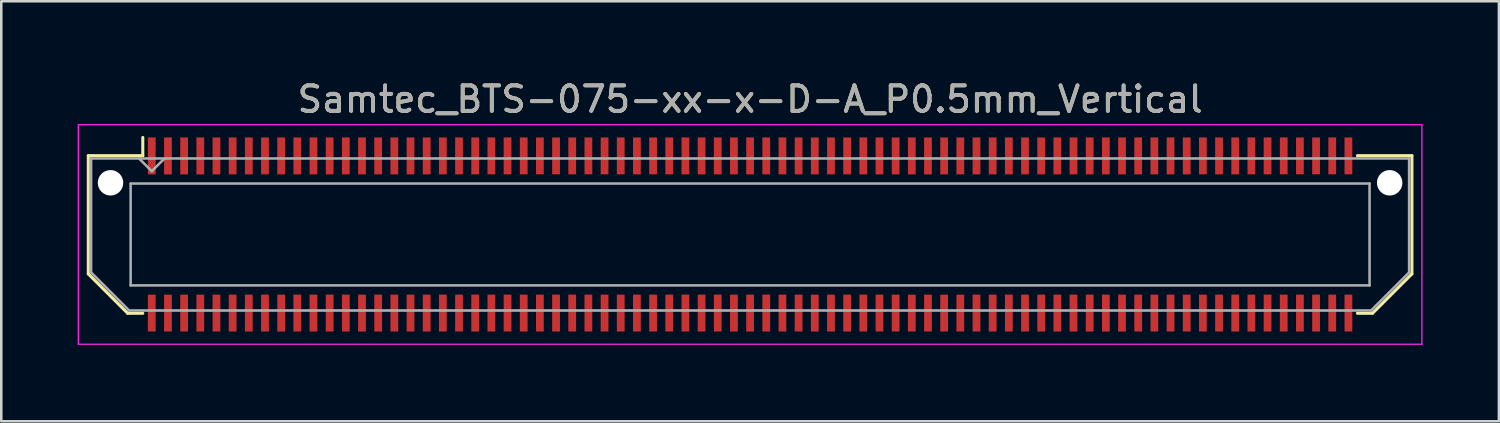
<source format=kicad_pcb>
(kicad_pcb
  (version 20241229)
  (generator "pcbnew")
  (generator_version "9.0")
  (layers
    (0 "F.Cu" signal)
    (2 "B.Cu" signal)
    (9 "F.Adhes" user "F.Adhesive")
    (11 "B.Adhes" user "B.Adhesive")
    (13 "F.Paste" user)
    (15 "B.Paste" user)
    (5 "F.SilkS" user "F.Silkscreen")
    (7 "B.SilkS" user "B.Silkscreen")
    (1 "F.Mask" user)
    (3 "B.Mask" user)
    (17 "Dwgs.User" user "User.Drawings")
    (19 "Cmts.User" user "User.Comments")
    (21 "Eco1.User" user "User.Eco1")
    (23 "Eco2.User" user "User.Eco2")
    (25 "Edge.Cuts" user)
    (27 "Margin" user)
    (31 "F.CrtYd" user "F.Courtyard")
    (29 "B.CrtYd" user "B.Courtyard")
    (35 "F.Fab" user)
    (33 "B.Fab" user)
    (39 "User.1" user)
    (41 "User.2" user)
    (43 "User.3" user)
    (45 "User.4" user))
  (footprint "Samtec_BTS-075-xx-x-D-A_P0.5mm_Vertical"
    (layer "F.Cu")
    (at 26.405 6.158)
    (property "Reference" "Samtec_BTS-075-xx-x-D-A_P0.5mm_Vertical" (at 0 -5.31 0) (layer "F.SilkS") (effects (font (size 1 1) (thickness 0.15))))
    (attr smd)
    (fp_line (start -25.988 -3.095) (end -25.988 1.548) (stroke (width 0.12) (type solid)) (layer "F.SilkS"))
    (fp_line (start -25.988 1.548) (end -24.44 3.095) (stroke (width 0.12) (type solid)) (layer "F.SilkS"))
    (fp_line (start -24.44 3.095) (end -23.848 3.095) (stroke (width 0.12) (type solid)) (layer "F.SilkS"))
    (fp_line (start -23.848 -3.811) (end -23.848 -3.095) (stroke (width 0.12) (type solid)) (layer "F.SilkS"))
    (fp_line (start -23.848 -3.095) (end -25.988 -3.095) (stroke (width 0.12) (type solid)) (layer "F.SilkS"))
    (fp_line (start 23.848 -3.095) (end 25.988 -3.095) (stroke (width 0.12) (type solid)) (layer "F.SilkS"))
    (fp_line (start 24.44 3.095) (end 23.848 3.095) (stroke (width 0.12) (type solid)) (layer "F.SilkS"))
    (fp_line (start 25.988 -3.095) (end 25.988 1.548) (stroke (width 0.12) (type solid)) (layer "F.SilkS"))
    (fp_line (start 25.988 1.548) (end 24.44 3.095) (stroke (width 0.12) (type solid)) (layer "F.SilkS"))
    (fp_line (start -26.38 -4.31) (end -26.38 4.31) (stroke (width 0.05) (type solid)) (layer "F.CrtYd"))
    (fp_line (start -26.38 4.31) (end 26.38 4.31) (stroke (width 0.05) (type solid)) (layer "F.CrtYd"))
    (fp_line (start 26.38 -4.31) (end -26.38 -4.31) (stroke (width 0.05) (type solid)) (layer "F.CrtYd"))
    (fp_line (start 26.38 4.31) (end 26.38 -4.31) (stroke (width 0.05) (type solid)) (layer "F.CrtYd"))
    (fp_line (start -25.878 -2.985) (end -25.878 1.492) (stroke (width 0.1) (type solid)) (layer "F.Fab"))
    (fp_line (start -25.878 -2.985) (end 25.878 -2.985) (stroke (width 0.1) (type solid)) (layer "F.Fab"))
    (fp_line (start -25.878 1.492) (end -24.385 2.985) (stroke (width 0.1) (type solid)) (layer "F.Fab"))
    (fp_line (start -24.385 2.985) (end 24.385 2.985) (stroke (width 0.1) (type solid)) (layer "F.Fab"))
    (fp_line (start -24.325 -2) (end -24.325 2) (stroke (width 0.1) (type solid)) (layer "F.Fab"))
    (fp_line (start -24.325 2) (end 24.325 2) (stroke (width 0.1) (type solid)) (layer "F.Fab"))
    (fp_line (start -23.495 -2.485) (end -23.995 -2.985) (stroke (width 0.1) (type solid)) (layer "F.Fab"))
    (fp_line (start -22.995 -2.985) (end -23.495 -2.485) (stroke (width 0.1) (type solid)) (layer "F.Fab"))
    (fp_line (start 24.325 -2) (end -24.325 -2) (stroke (width 0.1) (type solid)) (layer "F.Fab"))
    (fp_line (start 24.325 2) (end 24.325 -2) (stroke (width 0.1) (type solid)) (layer "F.Fab"))
    (fp_line (start 25.878 -2.985) (end 25.878 1.492) (stroke (width 0.1) (type solid)) (layer "F.Fab"))
    (fp_line (start 25.878 1.492) (end 24.385 2.985) (stroke (width 0.1) (type solid)) (layer "F.Fab"))
    (fp_text user "${REFERENCE}" (at 0 -5.31 0) (layer "F.Fab") (effects (font (size 1 1) (thickness 0.15))))
    (pad "" np_thru_hole circle (at -25.115 -2.03) (size 1 1) (drill 1) (layers "*.Cu" "*.Mask"))
    (pad "" np_thru_hole circle (at 25.115 -2.03) (size 1 1) (drill 1) (layers "*.Cu" "*.Mask"))
    (pad "1" smd rect (at -23.495 -3.086) (size 0.305 1.45) (layers "F.Cu" "F.Mask" "F.Paste"))
    (pad "2" smd rect (at -23.495 3.086) (size 0.305 1.45) (layers "F.Cu" "F.Mask" "F.Paste"))
    (pad "3" smd rect (at -22.86 -3.086) (size 0.305 1.45) (layers "F.Cu" "F.Mask" "F.Paste"))
    (pad "4" smd rect (at -22.86 3.086) (size 0.305 1.45) (layers "F.Cu" "F.Mask" "F.Paste"))
    (pad "5" smd rect (at -22.225 -3.086) (size 0.305 1.45) (layers "F.Cu" "F.Mask" "F.Paste"))
    (pad "6" smd rect (at -22.225 3.086) (size 0.305 1.45) (layers "F.Cu" "F.Mask" "F.Paste"))
    (pad "7" smd rect (at -21.59 -3.086) (size 0.305 1.45) (layers "F.Cu" "F.Mask" "F.Paste"))
    (pad "8" smd rect (at -21.59 3.086) (size 0.305 1.45) (layers "F.Cu" "F.Mask" "F.Paste"))
    (pad "9" smd rect (at -20.955 -3.086) (size 0.305 1.45) (layers "F.Cu" "F.Mask" "F.Paste"))
    (pad "10" smd rect (at -20.955 3.086) (size 0.305 1.45) (layers "F.Cu" "F.Mask" "F.Paste"))
    (pad "11" smd rect (at -20.32 -3.086) (size 0.305 1.45) (layers "F.Cu" "F.Mask" "F.Paste"))
    (pad "12" smd rect (at -20.32 3.086) (size 0.305 1.45) (layers "F.Cu" "F.Mask" "F.Paste"))
    (pad "13" smd rect (at -19.685 -3.086) (size 0.305 1.45) (layers "F.Cu" "F.Mask" "F.Paste"))
    (pad "14" smd rect (at -19.685 3.086) (size 0.305 1.45) (layers "F.Cu" "F.Mask" "F.Paste"))
    (pad "15" smd rect (at -19.05 -3.086) (size 0.305 1.45) (layers "F.Cu" "F.Mask" "F.Paste"))
    (pad "16" smd rect (at -19.05 3.086) (size 0.305 1.45) (layers "F.Cu" "F.Mask" "F.Paste"))
    (pad "17" smd rect (at -18.415 -3.086) (size 0.305 1.45) (layers "F.Cu" "F.Mask" "F.Paste"))
    (pad "18" smd rect (at -18.415 3.086) (size 0.305 1.45) (layers "F.Cu" "F.Mask" "F.Paste"))
    (pad "19" smd rect (at -17.78 -3.086) (size 0.305 1.45) (layers "F.Cu" "F.Mask" "F.Paste"))
    (pad "20" smd rect (at -17.78 3.086) (size 0.305 1.45) (layers "F.Cu" "F.Mask" "F.Paste"))
    (pad "21" smd rect (at -17.145 -3.086) (size 0.305 1.45) (layers "F.Cu" "F.Mask" "F.Paste"))
    (pad "22" smd rect (at -17.145 3.086) (size 0.305 1.45) (layers "F.Cu" "F.Mask" "F.Paste"))
    (pad "23" smd rect (at -16.51 -3.086) (size 0.305 1.45) (layers "F.Cu" "F.Mask" "F.Paste"))
    (pad "24" smd rect (at -16.51 3.086) (size 0.305 1.45) (layers "F.Cu" "F.Mask" "F.Paste"))
    (pad "25" smd rect (at -15.875 -3.086) (size 0.305 1.45) (layers "F.Cu" "F.Mask" "F.Paste"))
    (pad "26" smd rect (at -15.875 3.086) (size 0.305 1.45) (layers "F.Cu" "F.Mask" "F.Paste"))
    (pad "27" smd rect (at -15.24 -3.086) (size 0.305 1.45) (layers "F.Cu" "F.Mask" "F.Paste"))
    (pad "28" smd rect (at -15.24 3.086) (size 0.305 1.45) (layers "F.Cu" "F.Mask" "F.Paste"))
    (pad "29" smd rect (at -14.605 -3.086) (size 0.305 1.45) (layers "F.Cu" "F.Mask" "F.Paste"))
    (pad "30" smd rect (at -14.605 3.086) (size 0.305 1.45) (layers "F.Cu" "F.Mask" "F.Paste"))
    (pad "31" smd rect (at -13.97 -3.086) (size 0.305 1.45) (layers "F.Cu" "F.Mask" "F.Paste"))
    (pad "32" smd rect (at -13.97 3.086) (size 0.305 1.45) (layers "F.Cu" "F.Mask" "F.Paste"))
    (pad "33" smd rect (at -13.335 -3.086) (size 0.305 1.45) (layers "F.Cu" "F.Mask" "F.Paste"))
    (pad "34" smd rect (at -13.335 3.086) (size 0.305 1.45) (layers "F.Cu" "F.Mask" "F.Paste"))
    (pad "35" smd rect (at -12.7 -3.086) (size 0.305 1.45) (layers "F.Cu" "F.Mask" "F.Paste"))
    (pad "36" smd rect (at -12.7 3.086) (size 0.305 1.45) (layers "F.Cu" "F.Mask" "F.Paste"))
    (pad "37" smd rect (at -12.065 -3.086) (size 0.305 1.45) (layers "F.Cu" "F.Mask" "F.Paste"))
    (pad "38" smd rect (at -12.065 3.086) (size 0.305 1.45) (layers "F.Cu" "F.Mask" "F.Paste"))
    (pad "39" smd rect (at -11.43 -3.086) (size 0.305 1.45) (layers "F.Cu" "F.Mask" "F.Paste"))
    (pad "40" smd rect (at -11.43 3.086) (size 0.305 1.45) (layers "F.Cu" "F.Mask" "F.Paste"))
    (pad "41" smd rect (at -10.795 -3.086) (size 0.305 1.45) (layers "F.Cu" "F.Mask" "F.Paste"))
    (pad "42" smd rect (at -10.795 3.086) (size 0.305 1.45) (layers "F.Cu" "F.Mask" "F.Paste"))
    (pad "43" smd rect (at -10.16 -3.086) (size 0.305 1.45) (layers "F.Cu" "F.Mask" "F.Paste"))
    (pad "44" smd rect (at -10.16 3.086) (size 0.305 1.45) (layers "F.Cu" "F.Mask" "F.Paste"))
    (pad "45" smd rect (at -9.525 -3.086) (size 0.305 1.45) (layers "F.Cu" "F.Mask" "F.Paste"))
    (pad "46" smd rect (at -9.525 3.086) (size 0.305 1.45) (layers "F.Cu" "F.Mask" "F.Paste"))
    (pad "47" smd rect (at -8.89 -3.086) (size 0.305 1.45) (layers "F.Cu" "F.Mask" "F.Paste"))
    (pad "48" smd rect (at -8.89 3.086) (size 0.305 1.45) (layers "F.Cu" "F.Mask" "F.Paste"))
    (pad "49" smd rect (at -8.255 -3.086) (size 0.305 1.45) (layers "F.Cu" "F.Mask" "F.Paste"))
    (pad "50" smd rect (at -8.255 3.086) (size 0.305 1.45) (layers "F.Cu" "F.Mask" "F.Paste"))
    (pad "51" smd rect (at -7.62 -3.086) (size 0.305 1.45) (layers "F.Cu" "F.Mask" "F.Paste"))
    (pad "52" smd rect (at -7.62 3.086) (size 0.305 1.45) (layers "F.Cu" "F.Mask" "F.Paste"))
    (pad "53" smd rect (at -6.985 -3.086) (size 0.305 1.45) (layers "F.Cu" "F.Mask" "F.Paste"))
    (pad "54" smd rect (at -6.985 3.086) (size 0.305 1.45) (layers "F.Cu" "F.Mask" "F.Paste"))
    (pad "55" smd rect (at -6.35 -3.086) (size 0.305 1.45) (layers "F.Cu" "F.Mask" "F.Paste"))
    (pad "56" smd rect (at -6.35 3.086) (size 0.305 1.45) (layers "F.Cu" "F.Mask" "F.Paste"))
    (pad "57" smd rect (at -5.715 -3.086) (size 0.305 1.45) (layers "F.Cu" "F.Mask" "F.Paste"))
    (pad "58" smd rect (at -5.715 3.086) (size 0.305 1.45) (layers "F.Cu" "F.Mask" "F.Paste"))
    (pad "59" smd rect (at -5.08 -3.086) (size 0.305 1.45) (layers "F.Cu" "F.Mask" "F.Paste"))
    (pad "60" smd rect (at -5.08 3.086) (size 0.305 1.45) (layers "F.Cu" "F.Mask" "F.Paste"))
    (pad "61" smd rect (at -4.445 -3.086) (size 0.305 1.45) (layers "F.Cu" "F.Mask" "F.Paste"))
    (pad "62" smd rect (at -4.445 3.086) (size 0.305 1.45) (layers "F.Cu" "F.Mask" "F.Paste"))
    (pad "63" smd rect (at -3.81 -3.086) (size 0.305 1.45) (layers "F.Cu" "F.Mask" "F.Paste"))
    (pad "64" smd rect (at -3.81 3.086) (size 0.305 1.45) (layers "F.Cu" "F.Mask" "F.Paste"))
    (pad "65" smd rect (at -3.175 -3.086) (size 0.305 1.45) (layers "F.Cu" "F.Mask" "F.Paste"))
    (pad "66" smd rect (at -3.175 3.086) (size 0.305 1.45) (layers "F.Cu" "F.Mask" "F.Paste"))
    (pad "67" smd rect (at -2.54 -3.086) (size 0.305 1.45) (layers "F.Cu" "F.Mask" "F.Paste"))
    (pad "68" smd rect (at -2.54 3.086) (size 0.305 1.45) (layers "F.Cu" "F.Mask" "F.Paste"))
    (pad "69" smd rect (at -1.905 -3.086) (size 0.305 1.45) (layers "F.Cu" "F.Mask" "F.Paste"))
    (pad "70" smd rect (at -1.905 3.086) (size 0.305 1.45) (layers "F.Cu" "F.Mask" "F.Paste"))
    (pad "71" smd rect (at -1.27 -3.086) (size 0.305 1.45) (layers "F.Cu" "F.Mask" "F.Paste"))
    (pad "72" smd rect (at -1.27 3.086) (size 0.305 1.45) (layers "F.Cu" "F.Mask" "F.Paste"))
    (pad "73" smd rect (at -0.635 -3.086) (size 0.305 1.45) (layers "F.Cu" "F.Mask" "F.Paste"))
    (pad "74" smd rect (at -0.635 3.086) (size 0.305 1.45) (layers "F.Cu" "F.Mask" "F.Paste"))
    (pad "75" smd rect (at 0 -3.086) (size 0.305 1.45) (layers "F.Cu" "F.Mask" "F.Paste"))
    (pad "76" smd rect (at 0 3.086) (size 0.305 1.45) (layers "F.Cu" "F.Mask" "F.Paste"))
    (pad "77" smd rect (at 0.635 -3.086) (size 0.305 1.45) (layers "F.Cu" "F.Mask" "F.Paste"))
    (pad "78" smd rect (at 0.635 3.086) (size 0.305 1.45) (layers "F.Cu" "F.Mask" "F.Paste"))
    (pad "79" smd rect (at 1.27 -3.086) (size 0.305 1.45) (layers "F.Cu" "F.Mask" "F.Paste"))
    (pad "80" smd rect (at 1.27 3.086) (size 0.305 1.45) (layers "F.Cu" "F.Mask" "F.Paste"))
    (pad "81" smd rect (at 1.905 -3.086) (size 0.305 1.45) (layers "F.Cu" "F.Mask" "F.Paste"))
    (pad "82" smd rect (at 1.905 3.086) (size 0.305 1.45) (layers "F.Cu" "F.Mask" "F.Paste"))
    (pad "83" smd rect (at 2.54 -3.086) (size 0.305 1.45) (layers "F.Cu" "F.Mask" "F.Paste"))
    (pad "84" smd rect (at 2.54 3.086) (size 0.305 1.45) (layers "F.Cu" "F.Mask" "F.Paste"))
    (pad "85" smd rect (at 3.175 -3.086) (size 0.305 1.45) (layers "F.Cu" "F.Mask" "F.Paste"))
    (pad "86" smd rect (at 3.175 3.086) (size 0.305 1.45) (layers "F.Cu" "F.Mask" "F.Paste"))
    (pad "87" smd rect (at 3.81 -3.086) (size 0.305 1.45) (layers "F.Cu" "F.Mask" "F.Paste"))
    (pad "88" smd rect (at 3.81 3.086) (size 0.305 1.45) (layers "F.Cu" "F.Mask" "F.Paste"))
    (pad "89" smd rect (at 4.445 -3.086) (size 0.305 1.45) (layers "F.Cu" "F.Mask" "F.Paste"))
    (pad "90" smd rect (at 4.445 3.086) (size 0.305 1.45) (layers "F.Cu" "F.Mask" "F.Paste"))
    (pad "91" smd rect (at 5.08 -3.086) (size 0.305 1.45) (layers "F.Cu" "F.Mask" "F.Paste"))
    (pad "92" smd rect (at 5.08 3.086) (size 0.305 1.45) (layers "F.Cu" "F.Mask" "F.Paste"))
    (pad "93" smd rect (at 5.715 -3.086) (size 0.305 1.45) (layers "F.Cu" "F.Mask" "F.Paste"))
    (pad "94" smd rect (at 5.715 3.086) (size 0.305 1.45) (layers "F.Cu" "F.Mask" "F.Paste"))
    (pad "95" smd rect (at 6.35 -3.086) (size 0.305 1.45) (layers "F.Cu" "F.Mask" "F.Paste"))
    (pad "96" smd rect (at 6.35 3.086) (size 0.305 1.45) (layers "F.Cu" "F.Mask" "F.Paste"))
    (pad "97" smd rect (at 6.985 -3.086) (size 0.305 1.45) (layers "F.Cu" "F.Mask" "F.Paste"))
    (pad "98" smd rect (at 6.985 3.086) (size 0.305 1.45) (layers "F.Cu" "F.Mask" "F.Paste"))
    (pad "99" smd rect (at 7.62 -3.086) (size 0.305 1.45) (layers "F.Cu" "F.Mask" "F.Paste"))
    (pad "100" smd rect (at 7.62 3.086) (size 0.305 1.45) (layers "F.Cu" "F.Mask" "F.Paste"))
    (pad "101" smd rect (at 8.255 -3.086) (size 0.305 1.45) (layers "F.Cu" "F.Mask" "F.Paste"))
    (pad "102" smd rect (at 8.255 3.086) (size 0.305 1.45) (layers "F.Cu" "F.Mask" "F.Paste"))
    (pad "103" smd rect (at 8.89 -3.086) (size 0.305 1.45) (layers "F.Cu" "F.Mask" "F.Paste"))
    (pad "104" smd rect (at 8.89 3.086) (size 0.305 1.45) (layers "F.Cu" "F.Mask" "F.Paste"))
    (pad "105" smd rect (at 9.525 -3.086) (size 0.305 1.45) (layers "F.Cu" "F.Mask" "F.Paste"))
    (pad "106" smd rect (at 9.525 3.086) (size 0.305 1.45) (layers "F.Cu" "F.Mask" "F.Paste"))
    (pad "107" smd rect (at 10.16 -3.086) (size 0.305 1.45) (layers "F.Cu" "F.Mask" "F.Paste"))
    (pad "108" smd rect (at 10.16 3.086) (size 0.305 1.45) (layers "F.Cu" "F.Mask" "F.Paste"))
    (pad "109" smd rect (at 10.795 -3.086) (size 0.305 1.45) (layers "F.Cu" "F.Mask" "F.Paste"))
    (pad "110" smd rect (at 10.795 3.086) (size 0.305 1.45) (layers "F.Cu" "F.Mask" "F.Paste"))
    (pad "111" smd rect (at 11.43 -3.086) (size 0.305 1.45) (layers "F.Cu" "F.Mask" "F.Paste"))
    (pad "112" smd rect (at 11.43 3.086) (size 0.305 1.45) (layers "F.Cu" "F.Mask" "F.Paste"))
    (pad "113" smd rect (at 12.065 -3.086) (size 0.305 1.45) (layers "F.Cu" "F.Mask" "F.Paste"))
    (pad "114" smd rect (at 12.065 3.086) (size 0.305 1.45) (layers "F.Cu" "F.Mask" "F.Paste"))
    (pad "115" smd rect (at 12.7 -3.086) (size 0.305 1.45) (layers "F.Cu" "F.Mask" "F.Paste"))
    (pad "116" smd rect (at 12.7 3.086) (size 0.305 1.45) (layers "F.Cu" "F.Mask" "F.Paste"))
    (pad "117" smd rect (at 13.335 -3.086) (size 0.305 1.45) (layers "F.Cu" "F.Mask" "F.Paste"))
    (pad "118" smd rect (at 13.335 3.086) (size 0.305 1.45) (layers "F.Cu" "F.Mask" "F.Paste"))
    (pad "119" smd rect (at 13.97 -3.086) (size 0.305 1.45) (layers "F.Cu" "F.Mask" "F.Paste"))
    (pad "120" smd rect (at 13.97 3.086) (size 0.305 1.45) (layers "F.Cu" "F.Mask" "F.Paste"))
    (pad "121" smd rect (at 14.605 -3.086) (size 0.305 1.45) (layers "F.Cu" "F.Mask" "F.Paste"))
    (pad "122" smd rect (at 14.605 3.086) (size 0.305 1.45) (layers "F.Cu" "F.Mask" "F.Paste"))
    (pad "123" smd rect (at 15.24 -3.086) (size 0.305 1.45) (layers "F.Cu" "F.Mask" "F.Paste"))
    (pad "124" smd rect (at 15.24 3.086) (size 0.305 1.45) (layers "F.Cu" "F.Mask" "F.Paste"))
    (pad "125" smd rect (at 15.875 -3.086) (size 0.305 1.45) (layers "F.Cu" "F.Mask" "F.Paste"))
    (pad "126" smd rect (at 15.875 3.086) (size 0.305 1.45) (layers "F.Cu" "F.Mask" "F.Paste"))
    (pad "127" smd rect (at 16.51 -3.086) (size 0.305 1.45) (layers "F.Cu" "F.Mask" "F.Paste"))
    (pad "128" smd rect (at 16.51 3.086) (size 0.305 1.45) (layers "F.Cu" "F.Mask" "F.Paste"))
    (pad "129" smd rect (at 17.145 -3.086) (size 0.305 1.45) (layers "F.Cu" "F.Mask" "F.Paste"))
    (pad "130" smd rect (at 17.145 3.086) (size 0.305 1.45) (layers "F.Cu" "F.Mask" "F.Paste"))
    (pad "131" smd rect (at 17.78 -3.086) (size 0.305 1.45) (layers "F.Cu" "F.Mask" "F.Paste"))
    (pad "132" smd rect (at 17.78 3.086) (size 0.305 1.45) (layers "F.Cu" "F.Mask" "F.Paste"))
    (pad "133" smd rect (at 18.415 -3.086) (size 0.305 1.45) (layers "F.Cu" "F.Mask" "F.Paste"))
    (pad "134" smd rect (at 18.415 3.086) (size 0.305 1.45) (layers "F.Cu" "F.Mask" "F.Paste"))
    (pad "135" smd rect (at 19.05 -3.086) (size 0.305 1.45) (layers "F.Cu" "F.Mask" "F.Paste"))
    (pad "136" smd rect (at 19.05 3.086) (size 0.305 1.45) (layers "F.Cu" "F.Mask" "F.Paste"))
    (pad "137" smd rect (at 19.685 -3.086) (size 0.305 1.45) (layers "F.Cu" "F.Mask" "F.Paste"))
    (pad "138" smd rect (at 19.685 3.086) (size 0.305 1.45) (layers "F.Cu" "F.Mask" "F.Paste"))
    (pad "139" smd rect (at 20.32 -3.086) (size 0.305 1.45) (layers "F.Cu" "F.Mask" "F.Paste"))
    (pad "140" smd rect (at 20.32 3.086) (size 0.305 1.45) (layers "F.Cu" "F.Mask" "F.Paste"))
    (pad "141" smd rect (at 20.955 -3.086) (size 0.305 1.45) (layers "F.Cu" "F.Mask" "F.Paste"))
    (pad "142" smd rect (at 20.955 3.086) (size 0.305 1.45) (layers "F.Cu" "F.Mask" "F.Paste"))
    (pad "143" smd rect (at 21.59 -3.086) (size 0.305 1.45) (layers "F.Cu" "F.Mask" "F.Paste"))
    (pad "144" smd rect (at 21.59 3.086) (size 0.305 1.45) (layers "F.Cu" "F.Mask" "F.Paste"))
    (pad "145" smd rect (at 22.225 -3.086) (size 0.305 1.45) (layers "F.Cu" "F.Mask" "F.Paste"))
    (pad "146" smd rect (at 22.225 3.086) (size 0.305 1.45) (layers "F.Cu" "F.Mask" "F.Paste"))
    (pad "147" smd rect (at 22.86 -3.086) (size 0.305 1.45) (layers "F.Cu" "F.Mask" "F.Paste"))
    (pad "148" smd rect (at 22.86 3.086) (size 0.305 1.45) (layers "F.Cu" "F.Mask" "F.Paste"))
    (pad "149" smd rect (at 23.495 -3.086) (size 0.305 1.45) (layers "F.Cu" "F.Mask" "F.Paste"))
    (pad "150" smd rect (at 23.495 3.086) (size 0.305 1.45) (layers "F.Cu" "F.Mask" "F.Paste")))
  (gr_rect
    (start -3 -3)
    (end 55.81 13.493)
    (stroke (width 0.1) (type default))
    (fill no)
    (layer "Edge.Cuts")))
</source>
